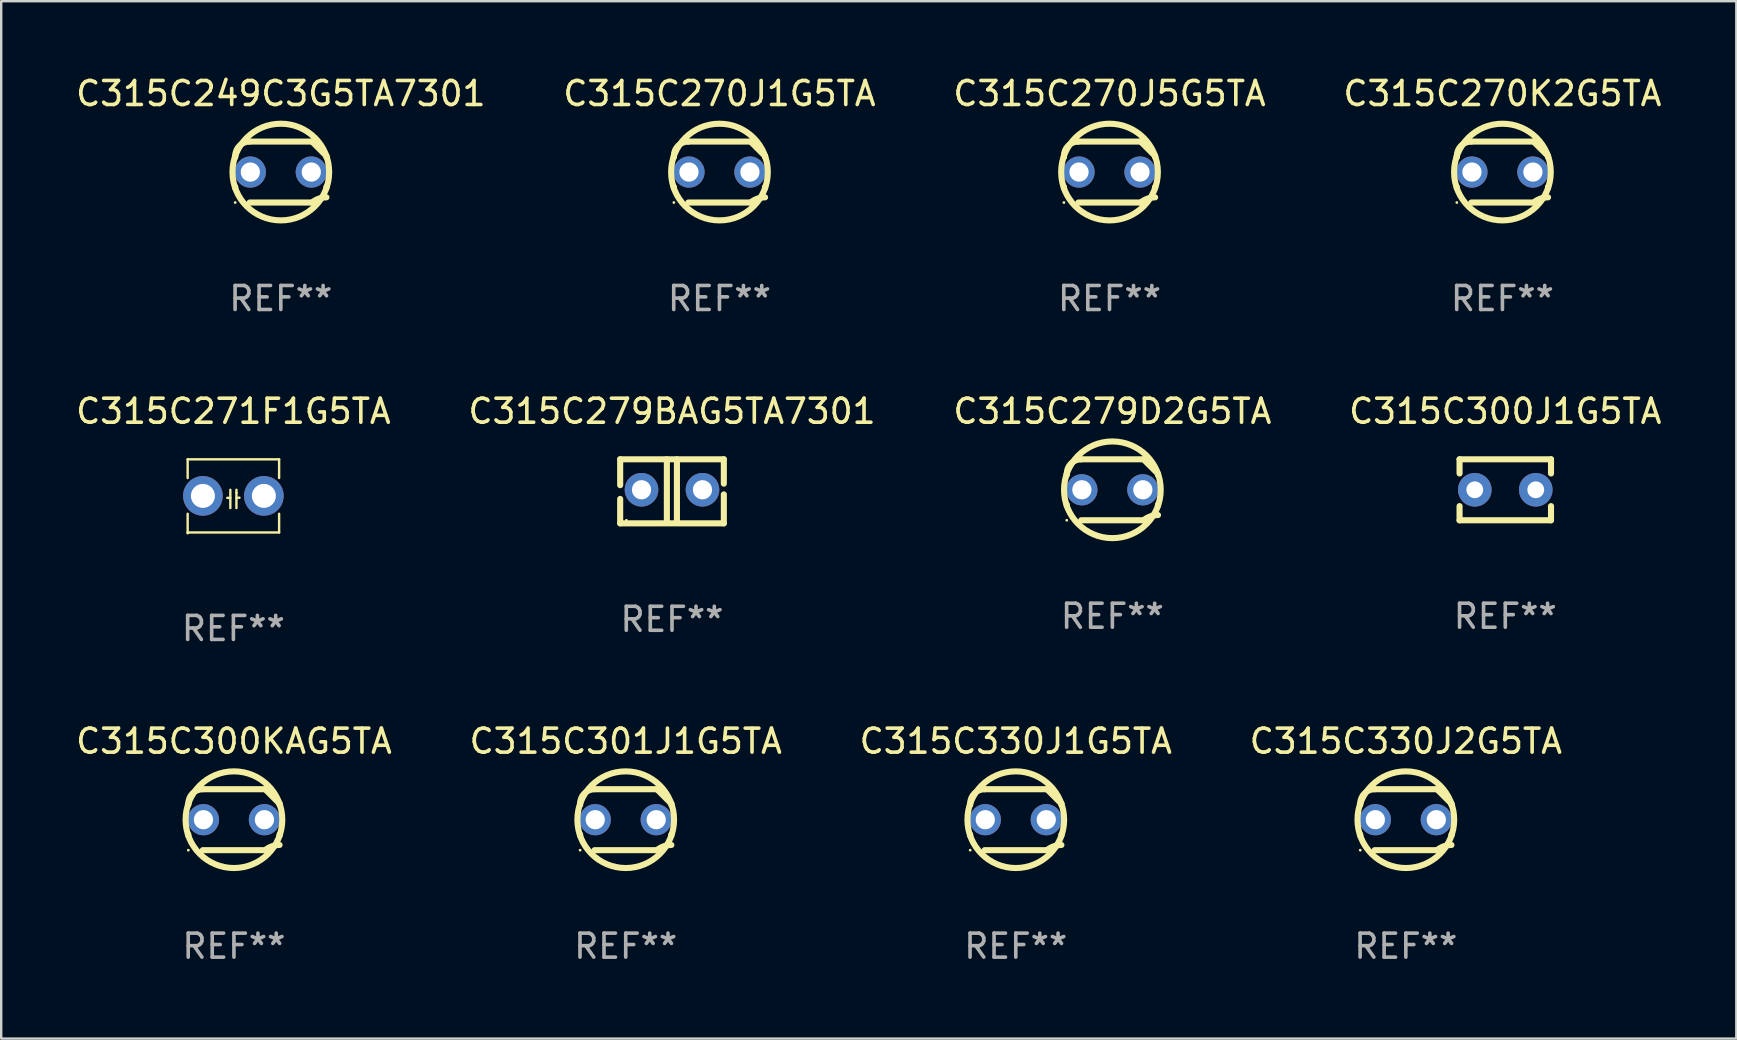
<source format=kicad_pcb>
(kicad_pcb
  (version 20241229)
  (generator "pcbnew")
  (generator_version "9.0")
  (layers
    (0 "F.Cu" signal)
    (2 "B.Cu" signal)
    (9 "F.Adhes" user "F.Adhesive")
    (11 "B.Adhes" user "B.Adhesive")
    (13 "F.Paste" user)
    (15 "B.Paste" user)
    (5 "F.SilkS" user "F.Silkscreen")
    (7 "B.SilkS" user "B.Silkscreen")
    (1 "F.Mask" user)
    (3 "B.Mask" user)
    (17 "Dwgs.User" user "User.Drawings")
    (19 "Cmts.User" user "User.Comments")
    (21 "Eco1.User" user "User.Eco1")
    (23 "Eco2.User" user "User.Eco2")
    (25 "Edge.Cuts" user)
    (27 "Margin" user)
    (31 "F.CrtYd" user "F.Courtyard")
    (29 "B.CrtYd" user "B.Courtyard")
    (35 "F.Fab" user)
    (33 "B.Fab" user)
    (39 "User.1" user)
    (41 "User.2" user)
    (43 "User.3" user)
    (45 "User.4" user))
  (footprint "C315C270J5G5TA"
    (layer "F.Cu")
    (at 43.173 4.118)
    (property "Reference" "C315C270J5G5TA" (at 0 -3.27 0) (layer "F.SilkS") (effects (font (size 1 1) (thickness 0.15))))
    (attr through_hole)
    (fp_line (start -1.9 -0.615) (end -1.9 -0.668) (stroke (width 0.254) (type solid)) (layer "F.SilkS"))
    (fp_line (start -1.9 0.668) (end -1.9 0.615) (stroke (width 0.254) (type solid)) (layer "F.SilkS"))
    (fp_line (start -1.298 1.27) (end 1.298 1.27) (stroke (width 0.254) (type solid)) (layer "F.SilkS"))
    (fp_line (start -1.298 -1.27) (end 1.298 -1.27) (stroke (width 0.254) (type solid)) (layer "F.SilkS"))
    (fp_line (start 1.9 -0.668) (end 1.9 -0.615) (stroke (width 0.254) (type solid)) (layer "F.SilkS"))
    (fp_line (start 1.9 0.615) (end 1.9 0.668) (stroke (width 0.254) (type solid)) (layer "F.SilkS"))
    (fp_arc (start -1.900025 0.667602) (mid 1.900003 -0.66758) (end -1.900025 0.667602) (stroke (width 0.254001) (type solid)) (layer "F.SilkS"))
    (fp_arc (start -1.9 -0.667602) (mid -1.723557 -1.093572) (end -1.297587 -1.270015) (stroke (width 0.254001) (type solid)) (layer "F.SilkS"))
    (fp_arc (start 1.297587 1.26999) (mid 1.579878 1.109027) (end 1.9 1.053172) (stroke (width 0.254001) (type solid)) (layer "F.SilkS"))
    (fp_arc (start 1.297611 -1.270042) (mid 1.598991 -0.969008) (end 1.900025 -0.667628) (stroke (width 0.254001) (type solid)) (layer "F.SilkS"))
    (fp_circle (center -1.9 1.27) (end -1.87 1.27) (stroke (width 0.06) (type solid)) (fill no) (layer "F.SilkS"))
    (fp_text user "REF**" (at 0 5.27 0) (layer "F.Fab") (effects (font (size 1 1) (thickness 0.15))))
    (pad "1" thru_hole circle (at -1.27 -0.000013) (size 1.3 1.3) (drill 0.8) (layers "*.Cu" "*.Mask"))
    (pad "2" thru_hole circle (at 1.27 -0.000013) (size 1.3 1.3) (drill 0.8) (layers "*.Cu" "*.Mask")))
  (footprint "C315C279D2G5TA"
    (layer "F.Cu")
    (at 43.292 17.355)
    (property "Reference" "C315C279D2G5TA" (at 0 -3.27 0) (layer "F.SilkS") (effects (font (size 1 1) (thickness 0.15))))
    (attr through_hole)
    (fp_line (start -1.9 -0.615) (end -1.9 -0.668) (stroke (width 0.254) (type solid)) (layer "F.SilkS"))
    (fp_line (start -1.9 0.668) (end -1.9 0.615) (stroke (width 0.254) (type solid)) (layer "F.SilkS"))
    (fp_line (start -1.298 1.27) (end 1.298 1.27) (stroke (width 0.254) (type solid)) (layer "F.SilkS"))
    (fp_line (start -1.298 -1.27) (end 1.298 -1.27) (stroke (width 0.254) (type solid)) (layer "F.SilkS"))
    (fp_line (start 1.9 -0.668) (end 1.9 -0.615) (stroke (width 0.254) (type solid)) (layer "F.SilkS"))
    (fp_line (start 1.9 0.615) (end 1.9 0.668) (stroke (width 0.254) (type solid)) (layer "F.SilkS"))
    (fp_arc (start -1.900025 0.667602) (mid 1.900003 -0.66758) (end -1.900025 0.667602) (stroke (width 0.254001) (type solid)) (layer "F.SilkS"))
    (fp_arc (start -1.9 -0.667602) (mid -1.723557 -1.093572) (end -1.297587 -1.270015) (stroke (width 0.254001) (type solid)) (layer "F.SilkS"))
    (fp_arc (start 1.297587 1.26999) (mid 1.579878 1.109027) (end 1.9 1.053172) (stroke (width 0.254001) (type solid)) (layer "F.SilkS"))
    (fp_arc (start 1.297611 -1.270042) (mid 1.598991 -0.969008) (end 1.900025 -0.667628) (stroke (width 0.254001) (type solid)) (layer "F.SilkS"))
    (fp_circle (center -1.9 1.27) (end -1.87 1.27) (stroke (width 0.06) (type solid)) (fill no) (layer "F.SilkS"))
    (fp_text user "REF**" (at 0 5.27 0) (layer "F.Fab") (effects (font (size 1 1) (thickness 0.15))))
    (pad "1" thru_hole circle (at -1.27 -0.000013) (size 1.3 1.3) (drill 0.8) (layers "*.Cu" "*.Mask"))
    (pad "2" thru_hole circle (at 1.27 -0.000013) (size 1.3 1.3) (drill 0.8) (layers "*.Cu" "*.Mask")))
  (footprint "C315C330J2G5TA"
    (layer "F.Cu")
    (at 55.518 31.099)
    (property "Reference" "C315C330J2G5TA" (at 0 -3.27 0) (layer "F.SilkS") (effects (font (size 1 1) (thickness 0.15))))
    (attr through_hole)
    (fp_line (start -1.9 -0.615) (end -1.9 -0.668) (stroke (width 0.254) (type solid)) (layer "F.SilkS"))
    (fp_line (start -1.9 0.668) (end -1.9 0.615) (stroke (width 0.254) (type solid)) (layer "F.SilkS"))
    (fp_line (start -1.298 1.27) (end 1.298 1.27) (stroke (width 0.254) (type solid)) (layer "F.SilkS"))
    (fp_line (start -1.298 -1.27) (end 1.298 -1.27) (stroke (width 0.254) (type solid)) (layer "F.SilkS"))
    (fp_line (start 1.9 -0.668) (end 1.9 -0.615) (stroke (width 0.254) (type solid)) (layer "F.SilkS"))
    (fp_line (start 1.9 0.615) (end 1.9 0.668) (stroke (width 0.254) (type solid)) (layer "F.SilkS"))
    (fp_arc (start -1.900025 0.667602) (mid 1.900003 -0.66758) (end -1.900025 0.667602) (stroke (width 0.254001) (type solid)) (layer "F.SilkS"))
    (fp_arc (start -1.9 -0.667602) (mid -1.723557 -1.093572) (end -1.297587 -1.270015) (stroke (width 0.254001) (type solid)) (layer "F.SilkS"))
    (fp_arc (start 1.297587 1.26999) (mid 1.579878 1.109027) (end 1.9 1.053172) (stroke (width 0.254001) (type solid)) (layer "F.SilkS"))
    (fp_arc (start 1.297611 -1.270042) (mid 1.598991 -0.969008) (end 1.900025 -0.667628) (stroke (width 0.254001) (type solid)) (layer "F.SilkS"))
    (fp_circle (center -1.9 1.27) (end -1.87 1.27) (stroke (width 0.06) (type solid)) (fill no) (layer "F.SilkS"))
    (fp_text user "REF**" (at 0 5.27 0) (layer "F.Fab") (effects (font (size 1 1) (thickness 0.15))))
    (pad "1" thru_hole circle (at -1.27 -0.000013) (size 1.3 1.3) (drill 0.8) (layers "*.Cu" "*.Mask"))
    (pad "2" thru_hole circle (at 1.27 -0.000013) (size 1.3 1.3) (drill 0.8) (layers "*.Cu" "*.Mask")))
  (footprint "C315C270J1G5TA"
    (layer "F.Cu")
    (at 26.923 4.118)
    (property "Reference" "C315C270J1G5TA" (at 0 -3.27 0) (layer "F.SilkS") (effects (font (size 1 1) (thickness 0.15))))
    (attr through_hole)
    (fp_line (start -1.9 -0.615) (end -1.9 -0.668) (stroke (width 0.254) (type solid)) (layer "F.SilkS"))
    (fp_line (start -1.9 0.668) (end -1.9 0.615) (stroke (width 0.254) (type solid)) (layer "F.SilkS"))
    (fp_line (start -1.298 1.27) (end 1.298 1.27) (stroke (width 0.254) (type solid)) (layer "F.SilkS"))
    (fp_line (start -1.298 -1.27) (end 1.298 -1.27) (stroke (width 0.254) (type solid)) (layer "F.SilkS"))
    (fp_line (start 1.9 -0.668) (end 1.9 -0.615) (stroke (width 0.254) (type solid)) (layer "F.SilkS"))
    (fp_line (start 1.9 0.615) (end 1.9 0.668) (stroke (width 0.254) (type solid)) (layer "F.SilkS"))
    (fp_arc (start -1.900025 0.667602) (mid 1.900003 -0.66758) (end -1.900025 0.667602) (stroke (width 0.254001) (type solid)) (layer "F.SilkS"))
    (fp_arc (start -1.9 -0.667602) (mid -1.723557 -1.093572) (end -1.297587 -1.270015) (stroke (width 0.254001) (type solid)) (layer "F.SilkS"))
    (fp_arc (start 1.297587 1.26999) (mid 1.579878 1.109027) (end 1.9 1.053172) (stroke (width 0.254001) (type solid)) (layer "F.SilkS"))
    (fp_arc (start 1.297611 -1.270042) (mid 1.598991 -0.969008) (end 1.900025 -0.667628) (stroke (width 0.254001) (type solid)) (layer "F.SilkS"))
    (fp_circle (center -1.9 1.27) (end -1.87 1.27) (stroke (width 0.06) (type solid)) (fill no) (layer "F.SilkS"))
    (fp_text user "REF**" (at 0 5.27 0) (layer "F.Fab") (effects (font (size 1 1) (thickness 0.15))))
    (pad "1" thru_hole circle (at -1.27 -0.000013) (size 1.3 1.3) (drill 0.8) (layers "*.Cu" "*.Mask"))
    (pad "2" thru_hole circle (at 1.27 -0.000013) (size 1.3 1.3) (drill 0.8) (layers "*.Cu" "*.Mask")))
  (footprint "C315C300J1G5TA"
    (layer "F.Cu")
    (at 59.661 17.355)
    (property "Reference" "C315C300J1G5TA" (at 0 -3.27 0) (layer "F.SilkS") (effects (font (size 1 1) (thickness 0.15))))
    (attr through_hole)
    (fp_line (start -1.905 -1.27) (end -1.905 -0.68) (stroke (width 0.254) (type solid)) (layer "F.SilkS"))
    (fp_line (start -1.905 0.68) (end -1.905 1.27) (stroke (width 0.254) (type solid)) (layer "F.SilkS"))
    (fp_line (start -1.905 1.27) (end 1.905 1.27) (stroke (width 0.254) (type solid)) (layer "F.SilkS"))
    (fp_line (start 1.905 -1.27) (end -1.905 -1.27) (stroke (width 0.254) (type solid)) (layer "F.SilkS"))
    (fp_line (start 1.905 -0.68) (end 1.905 -1.27) (stroke (width 0.254) (type solid)) (layer "F.SilkS"))
    (fp_line (start 1.905 1.27) (end 1.905 0.68) (stroke (width 0.254) (type solid)) (layer "F.SilkS"))
    (fp_circle (center -1.9 1.27) (end -1.87 1.27) (stroke (width 0.06) (type solid)) (fill no) (layer "F.SilkS"))
    (fp_text user "REF**" (at 0 5.27 0) (layer "F.Fab") (effects (font (size 1 1) (thickness 0.15))))
    (pad "1" thru_hole circle (at -1.27 0) (size 1.4 1.4) (drill 0.7) (layers "*.Cu" "*.Mask"))
    (pad "2" thru_hole circle (at 1.27 0) (size 1.4 1.4) (drill 0.7) (layers "*.Cu" "*.Mask")))
  (footprint "C315C279BAG5TA7301"
    (layer "F.Cu")
    (at 24.946 17.418)
    (property "Reference" "C315C279BAG5TA7301" (at 0 -3.334 0) (layer "F.SilkS") (effects (font (size 1 1) (thickness 0.15))))
    (attr through_hole)
    (fp_line (start -2.159 -1.334) (end 2.159 -1.334) (stroke (width 0.254) (type solid)) (layer "F.SilkS"))
    (fp_line (start -2.159 -0.256) (end -2.159 -1.334) (stroke (width 0.254) (type solid)) (layer "F.SilkS"))
    (fp_line (start -2.159 1.334) (end -2.159 0.318) (stroke (width 0.254) (type solid)) (layer "F.SilkS"))
    (fp_line (start -0.214 -1.334) (end -0.214 1.207) (stroke (width 0.254) (type solid)) (layer "F.SilkS"))
    (fp_line (start 0.205 -1.334) (end 0.205 1.207) (stroke (width 0.254) (type solid)) (layer "F.SilkS"))
    (fp_line (start 2.159 -1.334) (end 2.159 -0.318) (stroke (width 0.254) (type solid)) (layer "F.SilkS"))
    (fp_line (start 2.159 0.129) (end 2.159 1.334) (stroke (width 0.254) (type solid)) (layer "F.SilkS"))
    (fp_line (start 2.159 1.334) (end -2.159 1.334) (stroke (width 0.254) (type solid)) (layer "F.SilkS"))
    (fp_circle (center -1.9 1.207) (end -1.87 1.207) (stroke (width 0.06) (type solid)) (fill no) (layer "F.SilkS"))
    (fp_text user "REF**" (at 0 5.334 0) (layer "F.Fab") (effects (font (size 1 1) (thickness 0.15))))
    (pad "1" thru_hole circle (at -1.27 -0.064) (size 1.4 1.4) (drill 0.8) (layers "*.Cu" "*.Mask"))
    (pad "2" thru_hole circle (at 1.27 -0.064) (size 1.4 1.4) (drill 0.8) (layers "*.Cu" "*.Mask")))
  (footprint "C315C301J1G5TA"
    (layer "F.Cu")
    (at 23.018 31.099)
    (property "Reference" "C315C301J1G5TA" (at 0 -3.27 0) (layer "F.SilkS") (effects (font (size 1 1) (thickness 0.15))))
    (attr through_hole)
    (fp_line (start -1.9 -0.615) (end -1.9 -0.668) (stroke (width 0.254) (type solid)) (layer "F.SilkS"))
    (fp_line (start -1.9 0.668) (end -1.9 0.615) (stroke (width 0.254) (type solid)) (layer "F.SilkS"))
    (fp_line (start -1.298 1.27) (end 1.298 1.27) (stroke (width 0.254) (type solid)) (layer "F.SilkS"))
    (fp_line (start -1.298 -1.27) (end 1.298 -1.27) (stroke (width 0.254) (type solid)) (layer "F.SilkS"))
    (fp_line (start 1.9 -0.668) (end 1.9 -0.615) (stroke (width 0.254) (type solid)) (layer "F.SilkS"))
    (fp_line (start 1.9 0.615) (end 1.9 0.668) (stroke (width 0.254) (type solid)) (layer "F.SilkS"))
    (fp_arc (start -1.900025 0.667602) (mid 1.900003 -0.66758) (end -1.900025 0.667602) (stroke (width 0.254001) (type solid)) (layer "F.SilkS"))
    (fp_arc (start -1.9 -0.667602) (mid -1.723557 -1.093572) (end -1.297587 -1.270015) (stroke (width 0.254001) (type solid)) (layer "F.SilkS"))
    (fp_arc (start 1.297587 1.26999) (mid 1.579878 1.109027) (end 1.9 1.053172) (stroke (width 0.254001) (type solid)) (layer "F.SilkS"))
    (fp_arc (start 1.297611 -1.270042) (mid 1.598991 -0.969008) (end 1.900025 -0.667628) (stroke (width 0.254001) (type solid)) (layer "F.SilkS"))
    (fp_circle (center -1.9 1.27) (end -1.87 1.27) (stroke (width 0.06) (type solid)) (fill no) (layer "F.SilkS"))
    (fp_text user "REF**" (at 0 5.27 0) (layer "F.Fab") (effects (font (size 1 1) (thickness 0.15))))
    (pad "1" thru_hole circle (at -1.27 -0.000013) (size 1.3 1.3) (drill 0.8) (layers "*.Cu" "*.Mask"))
    (pad "2" thru_hole circle (at 1.27 -0.000013) (size 1.3 1.3) (drill 0.8) (layers "*.Cu" "*.Mask")))
  (footprint "C315C330J1G5TA"
    (layer "F.Cu")
    (at 39.268 31.099)
    (property "Reference" "C315C330J1G5TA" (at 0 -3.27 0) (layer "F.SilkS") (effects (font (size 1 1) (thickness 0.15))))
    (attr through_hole)
    (fp_line (start -1.9 -0.615) (end -1.9 -0.668) (stroke (width 0.254) (type solid)) (layer "F.SilkS"))
    (fp_line (start -1.9 0.668) (end -1.9 0.615) (stroke (width 0.254) (type solid)) (layer "F.SilkS"))
    (fp_line (start -1.298 1.27) (end 1.298 1.27) (stroke (width 0.254) (type solid)) (layer "F.SilkS"))
    (fp_line (start -1.298 -1.27) (end 1.298 -1.27) (stroke (width 0.254) (type solid)) (layer "F.SilkS"))
    (fp_line (start 1.9 -0.668) (end 1.9 -0.615) (stroke (width 0.254) (type solid)) (layer "F.SilkS"))
    (fp_line (start 1.9 0.615) (end 1.9 0.668) (stroke (width 0.254) (type solid)) (layer "F.SilkS"))
    (fp_arc (start -1.900025 0.667602) (mid 1.900003 -0.66758) (end -1.900025 0.667602) (stroke (width 0.254001) (type solid)) (layer "F.SilkS"))
    (fp_arc (start -1.9 -0.667602) (mid -1.723557 -1.093572) (end -1.297587 -1.270015) (stroke (width 0.254001) (type solid)) (layer "F.SilkS"))
    (fp_arc (start 1.297587 1.26999) (mid 1.579878 1.109027) (end 1.9 1.053172) (stroke (width 0.254001) (type solid)) (layer "F.SilkS"))
    (fp_arc (start 1.297611 -1.270042) (mid 1.598991 -0.969008) (end 1.900025 -0.667628) (stroke (width 0.254001) (type solid)) (layer "F.SilkS"))
    (fp_circle (center -1.9 1.27) (end -1.87 1.27) (stroke (width 0.06) (type solid)) (fill no) (layer "F.SilkS"))
    (fp_text user "REF**" (at 0 5.27 0) (layer "F.Fab") (effects (font (size 1 1) (thickness 0.15))))
    (pad "1" thru_hole circle (at -1.27 -0.000013) (size 1.3 1.3) (drill 0.8) (layers "*.Cu" "*.Mask"))
    (pad "2" thru_hole circle (at 1.27 -0.000013) (size 1.3 1.3) (drill 0.8) (layers "*.Cu" "*.Mask")))
  (footprint "C315C300KAG5TA"
    (layer "F.Cu")
    (at 6.696 31.099)
    (property "Reference" "C315C300KAG5TA" (at 0 -3.27 0) (layer "F.SilkS") (effects (font (size 1 1) (thickness 0.15))))
    (attr through_hole)
    (fp_line (start -1.9 -0.615) (end -1.9 -0.668) (stroke (width 0.254) (type solid)) (layer "F.SilkS"))
    (fp_line (start -1.9 0.668) (end -1.9 0.615) (stroke (width 0.254) (type solid)) (layer "F.SilkS"))
    (fp_line (start -1.298 1.27) (end 1.298 1.27) (stroke (width 0.254) (type solid)) (layer "F.SilkS"))
    (fp_line (start -1.298 -1.27) (end 1.298 -1.27) (stroke (width 0.254) (type solid)) (layer "F.SilkS"))
    (fp_line (start 1.9 -0.668) (end 1.9 -0.615) (stroke (width 0.254) (type solid)) (layer "F.SilkS"))
    (fp_line (start 1.9 0.615) (end 1.9 0.668) (stroke (width 0.254) (type solid)) (layer "F.SilkS"))
    (fp_arc (start -1.900025 0.667602) (mid 1.900003 -0.66758) (end -1.900025 0.667602) (stroke (width 0.254001) (type solid)) (layer "F.SilkS"))
    (fp_arc (start -1.9 -0.667602) (mid -1.723557 -1.093572) (end -1.297587 -1.270015) (stroke (width 0.254001) (type solid)) (layer "F.SilkS"))
    (fp_arc (start 1.297587 1.26999) (mid 1.579878 1.109027) (end 1.9 1.053172) (stroke (width 0.254001) (type solid)) (layer "F.SilkS"))
    (fp_arc (start 1.297611 -1.270042) (mid 1.598991 -0.969008) (end 1.900025 -0.667628) (stroke (width 0.254001) (type solid)) (layer "F.SilkS"))
    (fp_circle (center -1.9 1.27) (end -1.87 1.27) (stroke (width 0.06) (type solid)) (fill no) (layer "F.SilkS"))
    (fp_text user "REF**" (at 0 5.27 0) (layer "F.Fab") (effects (font (size 1 1) (thickness 0.15))))
    (pad "1" thru_hole circle (at -1.27 -0.000013) (size 1.3 1.3) (drill 0.8) (layers "*.Cu" "*.Mask"))
    (pad "2" thru_hole circle (at 1.27 -0.000013) (size 1.3 1.3) (drill 0.8) (layers "*.Cu" "*.Mask")))
  (footprint "C315C249C3G5TA7301"
    (layer "F.Cu")
    (at 8.649 4.118)
    (property "Reference" "C315C249C3G5TA7301" (at 0 -3.27 0) (layer "F.SilkS") (effects (font (size 1 1) (thickness 0.15))))
    (attr through_hole)
    (fp_line (start -1.9 -0.615) (end -1.9 -0.668) (stroke (width 0.254) (type solid)) (layer "F.SilkS"))
    (fp_line (start -1.9 0.668) (end -1.9 0.615) (stroke (width 0.254) (type solid)) (layer "F.SilkS"))
    (fp_line (start -1.298 1.27) (end 1.298 1.27) (stroke (width 0.254) (type solid)) (layer "F.SilkS"))
    (fp_line (start -1.298 -1.27) (end 1.298 -1.27) (stroke (width 0.254) (type solid)) (layer "F.SilkS"))
    (fp_line (start 1.9 -0.668) (end 1.9 -0.615) (stroke (width 0.254) (type solid)) (layer "F.SilkS"))
    (fp_line (start 1.9 0.615) (end 1.9 0.668) (stroke (width 0.254) (type solid)) (layer "F.SilkS"))
    (fp_arc (start -1.900025 0.667602) (mid 1.900003 -0.66758) (end -1.900025 0.667602) (stroke (width 0.254001) (type solid)) (layer "F.SilkS"))
    (fp_arc (start -1.9 -0.667602) (mid -1.723557 -1.093572) (end -1.297587 -1.270015) (stroke (width 0.254001) (type solid)) (layer "F.SilkS"))
    (fp_arc (start 1.297587 1.26999) (mid 1.579878 1.109027) (end 1.9 1.053172) (stroke (width 0.254001) (type solid)) (layer "F.SilkS"))
    (fp_arc (start 1.297611 -1.270042) (mid 1.598991 -0.969008) (end 1.900025 -0.667628) (stroke (width 0.254001) (type solid)) (layer "F.SilkS"))
    (fp_circle (center -1.9 1.27) (end -1.87 1.27) (stroke (width 0.06) (type solid)) (fill no) (layer "F.SilkS"))
    (fp_text user "REF**" (at 0 5.27 0) (layer "F.Fab") (effects (font (size 1 1) (thickness 0.15))))
    (pad "1" thru_hole circle (at -1.27 -0.000013) (size 1.3 1.3) (drill 0.8) (layers "*.Cu" "*.Mask"))
    (pad "2" thru_hole circle (at 1.27 -0.000013) (size 1.3 1.3) (drill 0.8) (layers "*.Cu" "*.Mask")))
  (footprint "C315C270K2G5TA"
    (layer "F.Cu")
    (at 59.542 4.118)
    (property "Reference" "C315C270K2G5TA" (at 0 -3.27 0) (layer "F.SilkS") (effects (font (size 1 1) (thickness 0.15))))
    (attr through_hole)
    (fp_line (start -1.9 -0.615) (end -1.9 -0.668) (stroke (width 0.254) (type solid)) (layer "F.SilkS"))
    (fp_line (start -1.9 0.668) (end -1.9 0.615) (stroke (width 0.254) (type solid)) (layer "F.SilkS"))
    (fp_line (start -1.298 1.27) (end 1.298 1.27) (stroke (width 0.254) (type solid)) (layer "F.SilkS"))
    (fp_line (start -1.298 -1.27) (end 1.298 -1.27) (stroke (width 0.254) (type solid)) (layer "F.SilkS"))
    (fp_line (start 1.9 -0.668) (end 1.9 -0.615) (stroke (width 0.254) (type solid)) (layer "F.SilkS"))
    (fp_line (start 1.9 0.615) (end 1.9 0.668) (stroke (width 0.254) (type solid)) (layer "F.SilkS"))
    (fp_arc (start -1.900025 0.667602) (mid 1.900003 -0.66758) (end -1.900025 0.667602) (stroke (width 0.254001) (type solid)) (layer "F.SilkS"))
    (fp_arc (start -1.9 -0.667602) (mid -1.723557 -1.093572) (end -1.297587 -1.270015) (stroke (width 0.254001) (type solid)) (layer "F.SilkS"))
    (fp_arc (start 1.297587 1.26999) (mid 1.579878 1.109027) (end 1.9 1.053172) (stroke (width 0.254001) (type solid)) (layer "F.SilkS"))
    (fp_arc (start 1.297611 -1.270042) (mid 1.598991 -0.969008) (end 1.900025 -0.667628) (stroke (width 0.254001) (type solid)) (layer "F.SilkS"))
    (fp_circle (center -1.9 1.27) (end -1.87 1.27) (stroke (width 0.06) (type solid)) (fill no) (layer "F.SilkS"))
    (fp_text user "REF**" (at 0 5.27 0) (layer "F.Fab") (effects (font (size 1 1) (thickness 0.15))))
    (pad "1" thru_hole circle (at -1.27 -0.000013) (size 1.3 1.3) (drill 0.8) (layers "*.Cu" "*.Mask"))
    (pad "2" thru_hole circle (at 1.27 -0.000013) (size 1.3 1.3) (drill 0.8) (layers "*.Cu" "*.Mask")))
  (footprint "C315C271F1G5TA"
    (layer "F.Cu")
    (at 6.673 17.609)
    (property "Reference" "C315C271F1G5TA" (at 0 -3.524 0) (layer "F.SilkS") (effects (font (size 1 1) (thickness 0.15))))
    (attr through_hole)
    (fp_line (start -1.905 -1.524) (end -1.905 -0.745) (stroke (width 0.1) (type solid)) (layer "F.SilkS"))
    (fp_line (start -1.905 0.745) (end -1.905 1.524) (stroke (width 0.1) (type solid)) (layer "F.SilkS"))
    (fp_line (start -1.905 1.524) (end 1.905 1.524) (stroke (width 0.1) (type solid)) (layer "F.SilkS"))
    (fp_line (start -0.127 -0.254) (end -0.127 0.508) (stroke (width 0.1) (type solid)) (layer "F.SilkS"))
    (fp_line (start -0.127 0.082) (end -0.254 0.082) (stroke (width 0.1) (type solid)) (layer "F.SilkS"))
    (fp_line (start 0.127 -0.127) (end 0.127 -0.254) (stroke (width 0.1) (type solid)) (layer "F.SilkS"))
    (fp_line (start 0.127 -0.127) (end 0.127 0.508) (stroke (width 0.1) (type solid)) (layer "F.SilkS"))
    (fp_line (start 0.127 0.077) (end 0.254 0.077) (stroke (width 0.1) (type solid)) (layer "F.SilkS"))
    (fp_line (start 1.905 -1.524) (end -1.905 -1.524) (stroke (width 0.1) (type solid)) (layer "F.SilkS"))
    (fp_line (start 1.905 -0.745) (end 1.905 -1.524) (stroke (width 0.1) (type solid)) (layer "F.SilkS"))
    (fp_line (start 1.905 1.524) (end 1.905 0.745) (stroke (width 0.1) (type solid)) (layer "F.SilkS"))
    (fp_circle (center -1.9 1.55) (end -1.87 1.55) (stroke (width 0.06) (type solid)) (fill no) (layer "F.SilkS"))
    (fp_text user "REF**" (at 0 5.524 0) (layer "F.Fab") (effects (font (size 1 1) (thickness 0.15))))
    (pad "1" thru_hole circle (at -1.27 0) (size 1.65 1.65) (drill 1) (layers "*.Cu" "*.Mask"))
    (pad "2" thru_hole circle (at 1.27 0) (size 1.65 1.65) (drill 1) (layers "*.Cu" "*.Mask")))
  (gr_rect
    (start -3 -3)
    (end 69.286 40.218)
    (stroke (width 0.1) (type default))
    (fill no)
    (layer "Edge.Cuts")))
</source>
